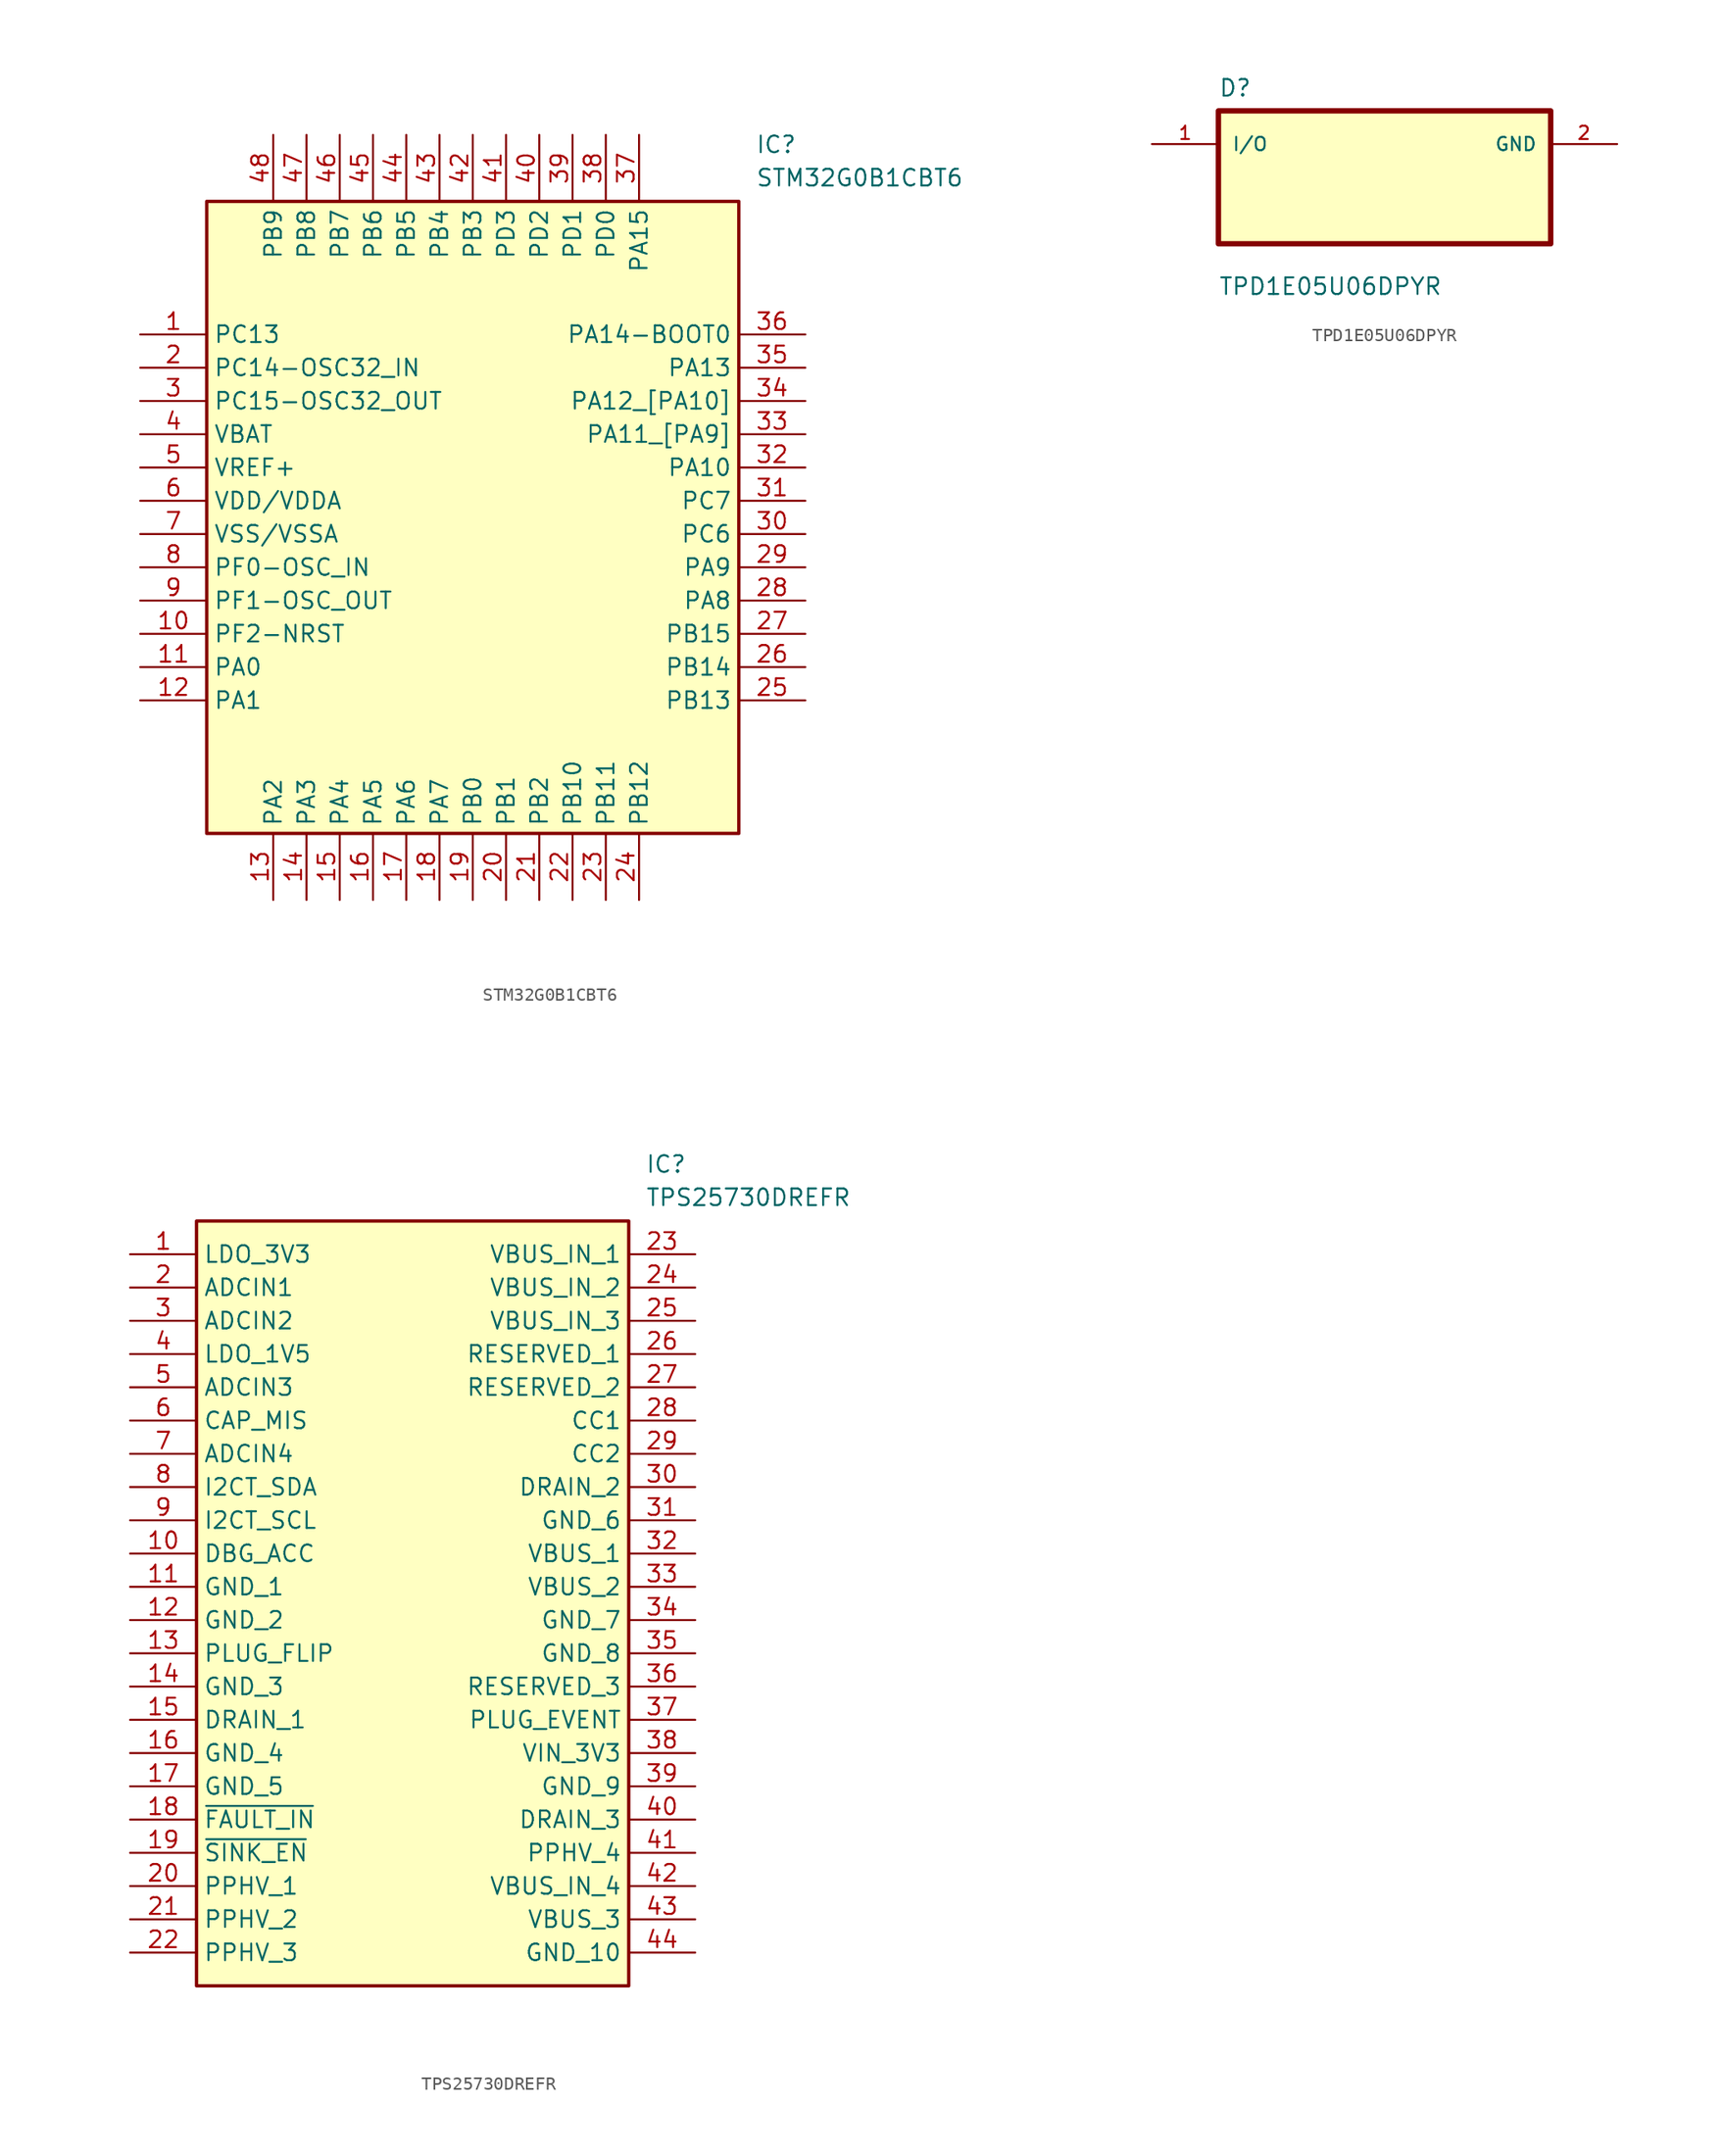
<source format=kicad_sym>
(kicad_symbol_lib
  (version 20241209)
  (generator "kicad_symbol_editor")
  (generator_version "9.0")
  (symbol "STM32G0B1CBT6"
    (property "Reference" "IC"
      (at 46.99 15.24 0)
      (effects (font (size 1.27 1.27)) (justify left top)))
    (property "Value" "STM32G0B1CBT6"
      (at 46.99 12.7 0)
      (effects (font (size 1.27 1.27)) (justify left top)))
    (symbol "STM32G0B1CBT6_1_1"
      (rectangle (start 5.08 10.16) (end 45.72 -38.1) (stroke (width 0.254) (type default)) (fill (type background)))
      (pin passive line (at 0 0 0) (length 5.08) (name "PC13" (effects (font (size 1.27 1.27)))) (number "1" (effects (font (size 1.27 1.27)))))
      (pin passive line (at 0 -2.54 0) (length 5.08) (name "PC14-OSC32_IN" (effects (font (size 1.27 1.27)))) (number "2" (effects (font (size 1.27 1.27)))))
      (pin passive line (at 0 -5.08 0) (length 5.08) (name "PC15-OSC32_OUT" (effects (font (size 1.27 1.27)))) (number "3" (effects (font (size 1.27 1.27)))))
      (pin passive line (at 0 -7.62 0) (length 5.08) (name "VBAT" (effects (font (size 1.27 1.27)))) (number "4" (effects (font (size 1.27 1.27)))))
      (pin passive line (at 0 -10.16 0) (length 5.08) (name "VREF+" (effects (font (size 1.27 1.27)))) (number "5" (effects (font (size 1.27 1.27)))))
      (pin passive line (at 0 -12.7 0) (length 5.08) (name "VDD/VDDA" (effects (font (size 1.27 1.27)))) (number "6" (effects (font (size 1.27 1.27)))))
      (pin passive line (at 0 -15.24 0) (length 5.08) (name "VSS/VSSA" (effects (font (size 1.27 1.27)))) (number "7" (effects (font (size 1.27 1.27)))))
      (pin passive line (at 0 -17.78 0) (length 5.08) (name "PF0-OSC_IN" (effects (font (size 1.27 1.27)))) (number "8" (effects (font (size 1.27 1.27)))))
      (pin passive line (at 0 -20.32 0) (length 5.08) (name "PF1-OSC_OUT" (effects (font (size 1.27 1.27)))) (number "9" (effects (font (size 1.27 1.27)))))
      (pin passive line (at 0 -22.86 0) (length 5.08) (name "PF2-NRST" (effects (font (size 1.27 1.27)))) (number "10" (effects (font (size 1.27 1.27)))))
      (pin passive line (at 0 -25.4 0) (length 5.08) (name "PA0" (effects (font (size 1.27 1.27)))) (number "11" (effects (font (size 1.27 1.27)))))
      (pin passive line (at 0 -27.94 0) (length 5.08) (name "PA1" (effects (font (size 1.27 1.27)))) (number "12" (effects (font (size 1.27 1.27)))))
      (pin passive line (at 10.16 15.24 270) (length 5.08) (name "PB9" (effects (font (size 1.27 1.27)))) (number "48" (effects (font (size 1.27 1.27)))))
      (pin passive line (at 10.16 -43.18 90) (length 5.08) (name "PA2" (effects (font (size 1.27 1.27)))) (number "13" (effects (font (size 1.27 1.27)))))
      (pin passive line (at 12.7 15.24 270) (length 5.08) (name "PB8" (effects (font (size 1.27 1.27)))) (number "47" (effects (font (size 1.27 1.27)))))
      (pin passive line (at 12.7 -43.18 90) (length 5.08) (name "PA3" (effects (font (size 1.27 1.27)))) (number "14" (effects (font (size 1.27 1.27)))))
      (pin passive line (at 15.24 15.24 270) (length 5.08) (name "PB7" (effects (font (size 1.27 1.27)))) (number "46" (effects (font (size 1.27 1.27)))))
      (pin passive line (at 15.24 -43.18 90) (length 5.08) (name "PA4" (effects (font (size 1.27 1.27)))) (number "15" (effects (font (size 1.27 1.27)))))
      (pin passive line (at 17.78 15.24 270) (length 5.08) (name "PB6" (effects (font (size 1.27 1.27)))) (number "45" (effects (font (size 1.27 1.27)))))
      (pin passive line (at 17.78 -43.18 90) (length 5.08) (name "PA5" (effects (font (size 1.27 1.27)))) (number "16" (effects (font (size 1.27 1.27)))))
      (pin passive line (at 20.32 15.24 270) (length 5.08) (name "PB5" (effects (font (size 1.27 1.27)))) (number "44" (effects (font (size 1.27 1.27)))))
      (pin passive line (at 20.32 -43.18 90) (length 5.08) (name "PA6" (effects (font (size 1.27 1.27)))) (number "17" (effects (font (size 1.27 1.27)))))
      (pin passive line (at 22.86 15.24 270) (length 5.08) (name "PB4" (effects (font (size 1.27 1.27)))) (number "43" (effects (font (size 1.27 1.27)))))
      (pin passive line (at 22.86 -43.18 90) (length 5.08) (name "PA7" (effects (font (size 1.27 1.27)))) (number "18" (effects (font (size 1.27 1.27)))))
      (pin passive line (at 25.4 15.24 270) (length 5.08) (name "PB3" (effects (font (size 1.27 1.27)))) (number "42" (effects (font (size 1.27 1.27)))))
      (pin passive line (at 25.4 -43.18 90) (length 5.08) (name "PB0" (effects (font (size 1.27 1.27)))) (number "19" (effects (font (size 1.27 1.27)))))
      (pin passive line (at 27.94 15.24 270) (length 5.08) (name "PD3" (effects (font (size 1.27 1.27)))) (number "41" (effects (font (size 1.27 1.27)))))
      (pin passive line (at 27.94 -43.18 90) (length 5.08) (name "PB1" (effects (font (size 1.27 1.27)))) (number "20" (effects (font (size 1.27 1.27)))))
      (pin passive line (at 30.48 15.24 270) (length 5.08) (name "PD2" (effects (font (size 1.27 1.27)))) (number "40" (effects (font (size 1.27 1.27)))))
      (pin passive line (at 30.48 -43.18 90) (length 5.08) (name "PB2" (effects (font (size 1.27 1.27)))) (number "21" (effects (font (size 1.27 1.27)))))
      (pin passive line (at 33.02 15.24 270) (length 5.08) (name "PD1" (effects (font (size 1.27 1.27)))) (number "39" (effects (font (size 1.27 1.27)))))
      (pin passive line (at 33.02 -43.18 90) (length 5.08) (name "PB10" (effects (font (size 1.27 1.27)))) (number "22" (effects (font (size 1.27 1.27)))))
      (pin passive line (at 35.56 15.24 270) (length 5.08) (name "PD0" (effects (font (size 1.27 1.27)))) (number "38" (effects (font (size 1.27 1.27)))))
      (pin passive line (at 35.56 -43.18 90) (length 5.08) (name "PB11" (effects (font (size 1.27 1.27)))) (number "23" (effects (font (size 1.27 1.27)))))
      (pin passive line (at 38.1 15.24 270) (length 5.08) (name "PA15" (effects (font (size 1.27 1.27)))) (number "37" (effects (font (size 1.27 1.27)))))
      (pin passive line (at 38.1 -43.18 90) (length 5.08) (name "PB12" (effects (font (size 1.27 1.27)))) (number "24" (effects (font (size 1.27 1.27)))))
      (pin passive line (at 50.8 0 180) (length 5.08) (name "PA14-BOOT0" (effects (font (size 1.27 1.27)))) (number "36" (effects (font (size 1.27 1.27)))))
      (pin passive line (at 50.8 -2.54 180) (length 5.08) (name "PA13" (effects (font (size 1.27 1.27)))) (number "35" (effects (font (size 1.27 1.27)))))
      (pin passive line (at 50.8 -5.08 180) (length 5.08) (name "PA12_[PA10]" (effects (font (size 1.27 1.27)))) (number "34" (effects (font (size 1.27 1.27)))))
      (pin passive line (at 50.8 -7.62 180) (length 5.08) (name "PA11_[PA9]" (effects (font (size 1.27 1.27)))) (number "33" (effects (font (size 1.27 1.27)))))
      (pin passive line (at 50.8 -10.16 180) (length 5.08) (name "PA10" (effects (font (size 1.27 1.27)))) (number "32" (effects (font (size 1.27 1.27)))))
      (pin passive line (at 50.8 -12.7 180) (length 5.08) (name "PC7" (effects (font (size 1.27 1.27)))) (number "31" (effects (font (size 1.27 1.27)))))
      (pin passive line (at 50.8 -15.24 180) (length 5.08) (name "PC6" (effects (font (size 1.27 1.27)))) (number "30" (effects (font (size 1.27 1.27)))))
      (pin passive line (at 50.8 -17.78 180) (length 5.08) (name "PA9" (effects (font (size 1.27 1.27)))) (number "29" (effects (font (size 1.27 1.27)))))
      (pin passive line (at 50.8 -20.32 180) (length 5.08) (name "PA8" (effects (font (size 1.27 1.27)))) (number "28" (effects (font (size 1.27 1.27)))))
      (pin passive line (at 50.8 -22.86 180) (length 5.08) (name "PB15" (effects (font (size 1.27 1.27)))) (number "27" (effects (font (size 1.27 1.27)))))
      (pin passive line (at 50.8 -25.4 180) (length 5.08) (name "PB14" (effects (font (size 1.27 1.27)))) (number "26" (effects (font (size 1.27 1.27)))))
      (pin passive line (at 50.8 -27.94 180) (length 5.08) (name "PB13" (effects (font (size 1.27 1.27)))) (number "25" (effects (font (size 1.27 1.27)))))))
  (symbol "TPD1E05U06DPYR"
    (pin_names
      (offset 1.016))
    (property "Reference" "D"
      (at -12.7 6.08 0)
      (effects (font (size 1.27 1.27)) (justify left bottom)))
    (property "Value" "TPD1E05U06DPYR"
      (at -12.7 -9.08 0)
      (effects (font (size 1.27 1.27)) (justify left bottom)))
    (symbol "TPD1E05U06DPYR_0_0"
      (rectangle (start -12.7 -5.08) (end 12.7 5.08) (stroke (width 0.41) (type default)) (fill (type background)))
      (pin bidirectional line (at -17.78 2.54 0) (length 5.08) (name "I/O" (effects (font (size 1.016 1.016)))) (number "1" (effects (font (size 1.016 1.016)))))
      (pin power_in line (at 17.78 2.54 180) (length 5.08) (name "GND" (effects (font (size 1.016 1.016)))) (number "2" (effects (font (size 1.016 1.016)))))))
  (symbol "TPS25730DREFR"
    (property "Reference" "IC"
      (at 39.37 7.62 0)
      (effects (font (size 1.27 1.27)) (justify left top)))
    (property "Value" "TPS25730DREFR"
      (at 39.37 5.08 0)
      (effects (font (size 1.27 1.27)) (justify left top)))
    (symbol "TPS25730DREFR_1_1"
      (rectangle (start 5.08 2.54) (end 38.1 -55.88) (stroke (width 0.254) (type default)) (fill (type background)))
      (pin passive line (at 0 0 0) (length 5.08) (name "LDO_3V3" (effects (font (size 1.27 1.27)))) (number "1" (effects (font (size 1.27 1.27)))))
      (pin passive line (at 0 -2.54 0) (length 5.08) (name "ADCIN1" (effects (font (size 1.27 1.27)))) (number "2" (effects (font (size 1.27 1.27)))))
      (pin passive line (at 0 -5.08 0) (length 5.08) (name "ADCIN2" (effects (font (size 1.27 1.27)))) (number "3" (effects (font (size 1.27 1.27)))))
      (pin passive line (at 0 -7.62 0) (length 5.08) (name "LDO_1V5" (effects (font (size 1.27 1.27)))) (number "4" (effects (font (size 1.27 1.27)))))
      (pin passive line (at 0 -10.16 0) (length 5.08) (name "ADCIN3" (effects (font (size 1.27 1.27)))) (number "5" (effects (font (size 1.27 1.27)))))
      (pin passive line (at 0 -12.7 0) (length 5.08) (name "CAP_MIS" (effects (font (size 1.27 1.27)))) (number "6" (effects (font (size 1.27 1.27)))))
      (pin passive line (at 0 -15.24 0) (length 5.08) (name "ADCIN4" (effects (font (size 1.27 1.27)))) (number "7" (effects (font (size 1.27 1.27)))))
      (pin passive line (at 0 -17.78 0) (length 5.08) (name "I2CT_SDA" (effects (font (size 1.27 1.27)))) (number "8" (effects (font (size 1.27 1.27)))))
      (pin passive line (at 0 -20.32 0) (length 5.08) (name "I2CT_SCL" (effects (font (size 1.27 1.27)))) (number "9" (effects (font (size 1.27 1.27)))))
      (pin passive line (at 0 -22.86 0) (length 5.08) (name "DBG_ACC" (effects (font (size 1.27 1.27)))) (number "10" (effects (font (size 1.27 1.27)))))
      (pin passive line (at 0 -25.4 0) (length 5.08) (name "GND_1" (effects (font (size 1.27 1.27)))) (number "11" (effects (font (size 1.27 1.27)))))
      (pin passive line (at 0 -27.94 0) (length 5.08) (name "GND_2" (effects (font (size 1.27 1.27)))) (number "12" (effects (font (size 1.27 1.27)))))
      (pin passive line (at 0 -30.48 0) (length 5.08) (name "PLUG_FLIP" (effects (font (size 1.27 1.27)))) (number "13" (effects (font (size 1.27 1.27)))))
      (pin passive line (at 0 -33.02 0) (length 5.08) (name "GND_3" (effects (font (size 1.27 1.27)))) (number "14" (effects (font (size 1.27 1.27)))))
      (pin passive line (at 0 -35.56 0) (length 5.08) (name "DRAIN_1" (effects (font (size 1.27 1.27)))) (number "15" (effects (font (size 1.27 1.27)))))
      (pin passive line (at 0 -38.1 0) (length 5.08) (name "GND_4" (effects (font (size 1.27 1.27)))) (number "16" (effects (font (size 1.27 1.27)))))
      (pin passive line (at 0 -40.64 0) (length 5.08) (name "GND_5" (effects (font (size 1.27 1.27)))) (number "17" (effects (font (size 1.27 1.27)))))
      (pin passive line (at 0 -43.18 0) (length 5.08) (name "~{FAULT_IN}" (effects (font (size 1.27 1.27)))) (number "18" (effects (font (size 1.27 1.27)))))
      (pin passive line (at 0 -45.72 0) (length 5.08) (name "~{SINK_EN}" (effects (font (size 1.27 1.27)))) (number "19" (effects (font (size 1.27 1.27)))))
      (pin passive line (at 0 -48.26 0) (length 5.08) (name "PPHV_1" (effects (font (size 1.27 1.27)))) (number "20" (effects (font (size 1.27 1.27)))))
      (pin passive line (at 0 -50.8 0) (length 5.08) (name "PPHV_2" (effects (font (size 1.27 1.27)))) (number "21" (effects (font (size 1.27 1.27)))))
      (pin passive line (at 0 -53.34 0) (length 5.08) (name "PPHV_3" (effects (font (size 1.27 1.27)))) (number "22" (effects (font (size 1.27 1.27)))))
      (pin passive line (at 43.18 0 180) (length 5.08) (name "VBUS_IN_1" (effects (font (size 1.27 1.27)))) (number "23" (effects (font (size 1.27 1.27)))))
      (pin passive line (at 43.18 -2.54 180) (length 5.08) (name "VBUS_IN_2" (effects (font (size 1.27 1.27)))) (number "24" (effects (font (size 1.27 1.27)))))
      (pin passive line (at 43.18 -5.08 180) (length 5.08) (name "VBUS_IN_3" (effects (font (size 1.27 1.27)))) (number "25" (effects (font (size 1.27 1.27)))))
      (pin passive line (at 43.18 -7.62 180) (length 5.08) (name "RESERVED_1" (effects (font (size 1.27 1.27)))) (number "26" (effects (font (size 1.27 1.27)))))
      (pin passive line (at 43.18 -10.16 180) (length 5.08) (name "RESERVED_2" (effects (font (size 1.27 1.27)))) (number "27" (effects (font (size 1.27 1.27)))))
      (pin passive line (at 43.18 -12.7 180) (length 5.08) (name "CC1" (effects (font (size 1.27 1.27)))) (number "28" (effects (font (size 1.27 1.27)))))
      (pin passive line (at 43.18 -15.24 180) (length 5.08) (name "CC2" (effects (font (size 1.27 1.27)))) (number "29" (effects (font (size 1.27 1.27)))))
      (pin passive line (at 43.18 -17.78 180) (length 5.08) (name "DRAIN_2" (effects (font (size 1.27 1.27)))) (number "30" (effects (font (size 1.27 1.27)))))
      (pin passive line (at 43.18 -20.32 180) (length 5.08) (name "GND_6" (effects (font (size 1.27 1.27)))) (number "31" (effects (font (size 1.27 1.27)))))
      (pin passive line (at 43.18 -22.86 180) (length 5.08) (name "VBUS_1" (effects (font (size 1.27 1.27)))) (number "32" (effects (font (size 1.27 1.27)))))
      (pin passive line (at 43.18 -25.4 180) (length 5.08) (name "VBUS_2" (effects (font (size 1.27 1.27)))) (number "33" (effects (font (size 1.27 1.27)))))
      (pin passive line (at 43.18 -27.94 180) (length 5.08) (name "GND_7" (effects (font (size 1.27 1.27)))) (number "34" (effects (font (size 1.27 1.27)))))
      (pin passive line (at 43.18 -30.48 180) (length 5.08) (name "GND_8" (effects (font (size 1.27 1.27)))) (number "35" (effects (font (size 1.27 1.27)))))
      (pin passive line (at 43.18 -33.02 180) (length 5.08) (name "RESERVED_3" (effects (font (size 1.27 1.27)))) (number "36" (effects (font (size 1.27 1.27)))))
      (pin passive line (at 43.18 -35.56 180) (length 5.08) (name "PLUG_EVENT" (effects (font (size 1.27 1.27)))) (number "37" (effects (font (size 1.27 1.27)))))
      (pin passive line (at 43.18 -38.1 180) (length 5.08) (name "VIN_3V3" (effects (font (size 1.27 1.27)))) (number "38" (effects (font (size 1.27 1.27)))))
      (pin passive line (at 43.18 -40.64 180) (length 5.08) (name "GND_9" (effects (font (size 1.27 1.27)))) (number "39" (effects (font (size 1.27 1.27)))))
      (pin passive line (at 43.18 -43.18 180) (length 5.08) (name "DRAIN_3" (effects (font (size 1.27 1.27)))) (number "40" (effects (font (size 1.27 1.27)))))
      (pin passive line (at 43.18 -45.72 180) (length 5.08) (name "PPHV_4" (effects (font (size 1.27 1.27)))) (number "41" (effects (font (size 1.27 1.27)))))
      (pin passive line (at 43.18 -48.26 180) (length 5.08) (name "VBUS_IN_4" (effects (font (size 1.27 1.27)))) (number "42" (effects (font (size 1.27 1.27)))))
      (pin passive line (at 43.18 -50.8 180) (length 5.08) (name "VBUS_3" (effects (font (size 1.27 1.27)))) (number "43" (effects (font (size 1.27 1.27)))))
      (pin passive line (at 43.18 -53.34 180) (length 5.08) (name "GND_10" (effects (font (size 1.27 1.27)))) (number "44" (effects (font (size 1.27 1.27))))))))
</source>
